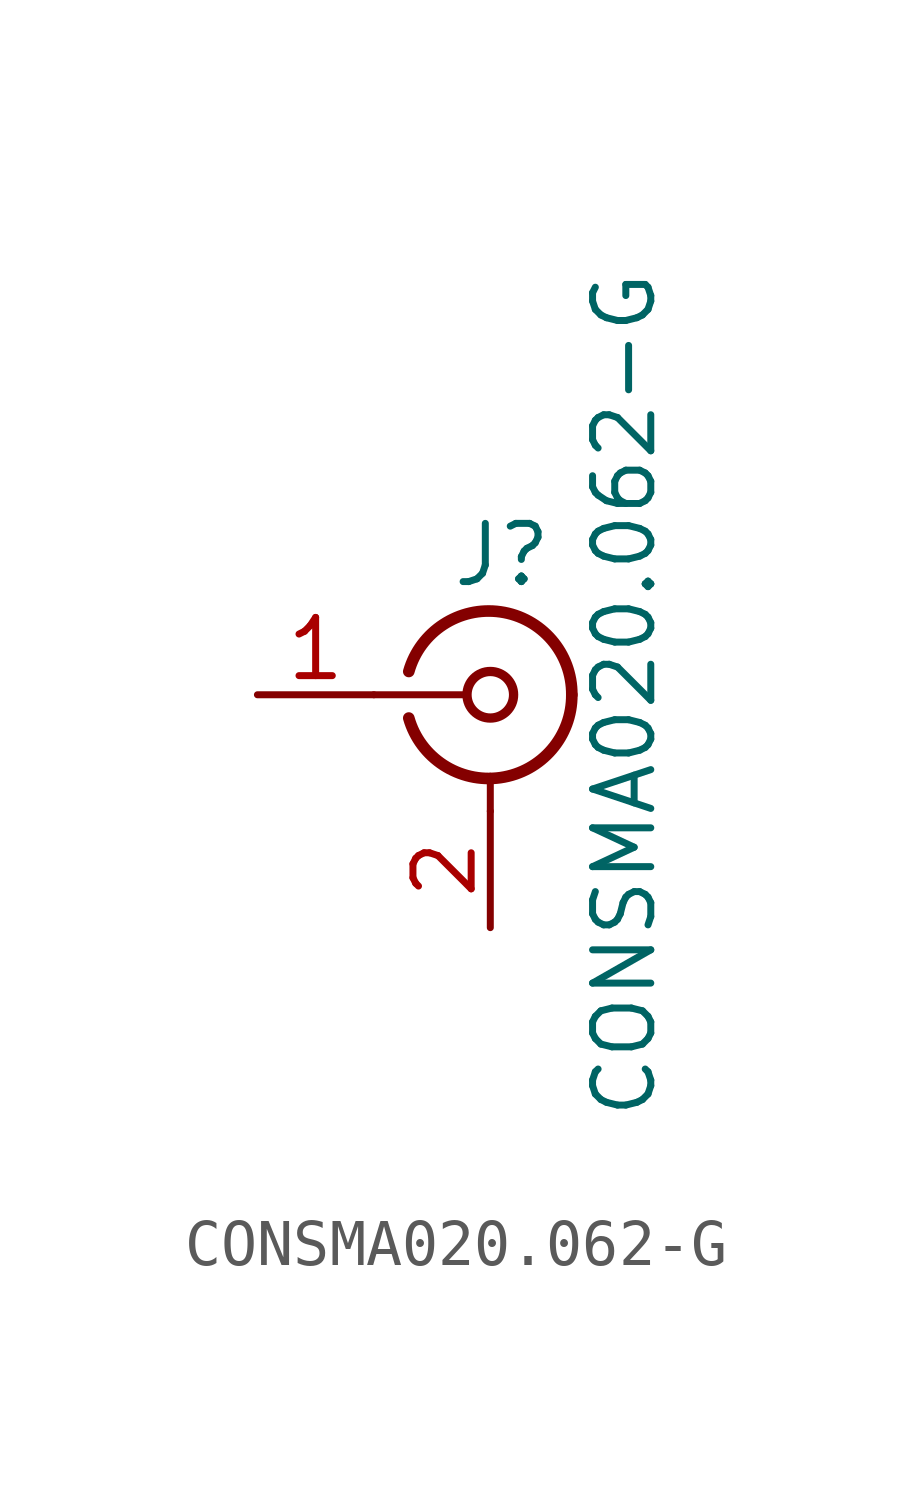
<source format=kicad_sym>
(kicad_symbol_lib
  (version 20220914)
  (generator kicad_symbol_editor)
  (symbol "CONSMA020.062-G"
    (pin_names
      (offset 1.016) hide)
    (property "Reference" "J"
      (at 0.254 3.048 0)
      (effects (font (size 1.27 1.27))))
    (property "Value" "CONSMA020.062-G"
      (at 2.921 0 90)
      (effects (font (size 1.27 1.27))))
    (symbol "CONSMA020.062-G_0_1"
      (arc (start -1.778 -0.508) (mid 0.2311 -1.8066) (end 1.778 0) (stroke (width 0.254) (type default)) (fill (type none)))
      (polyline (pts (xy -2.54 0) (xy -0.508 0)) (stroke (width 0) (type default)) (fill (type none)))
      (polyline (pts (xy 0 -2.54) (xy 0 -1.778)) (stroke (width 0) (type default)) (fill (type none)))
      (circle (center 0 0) (radius 0.508) (stroke (width 0.203) (type default)) (fill (type none)))
      (arc (start 1.778 0) (mid 0.2099 1.8101) (end -1.778 0.508) (stroke (width 0.254) (type default)) (fill (type none))))
    (symbol "CONSMA020.062-G_1_1"
      (pin passive line (at -5.08 0 0) (length 2.54) (name "In" (effects (font (size 1.27 1.27)))) (number "1" (effects (font (size 1.27 1.27)))))
      (pin passive line (at 0 -5.08 90) (length 2.54) (name "Ext" (effects (font (size 1.27 1.27)))) (number "2" (effects (font (size 1.27 1.27))))))))
</source>
